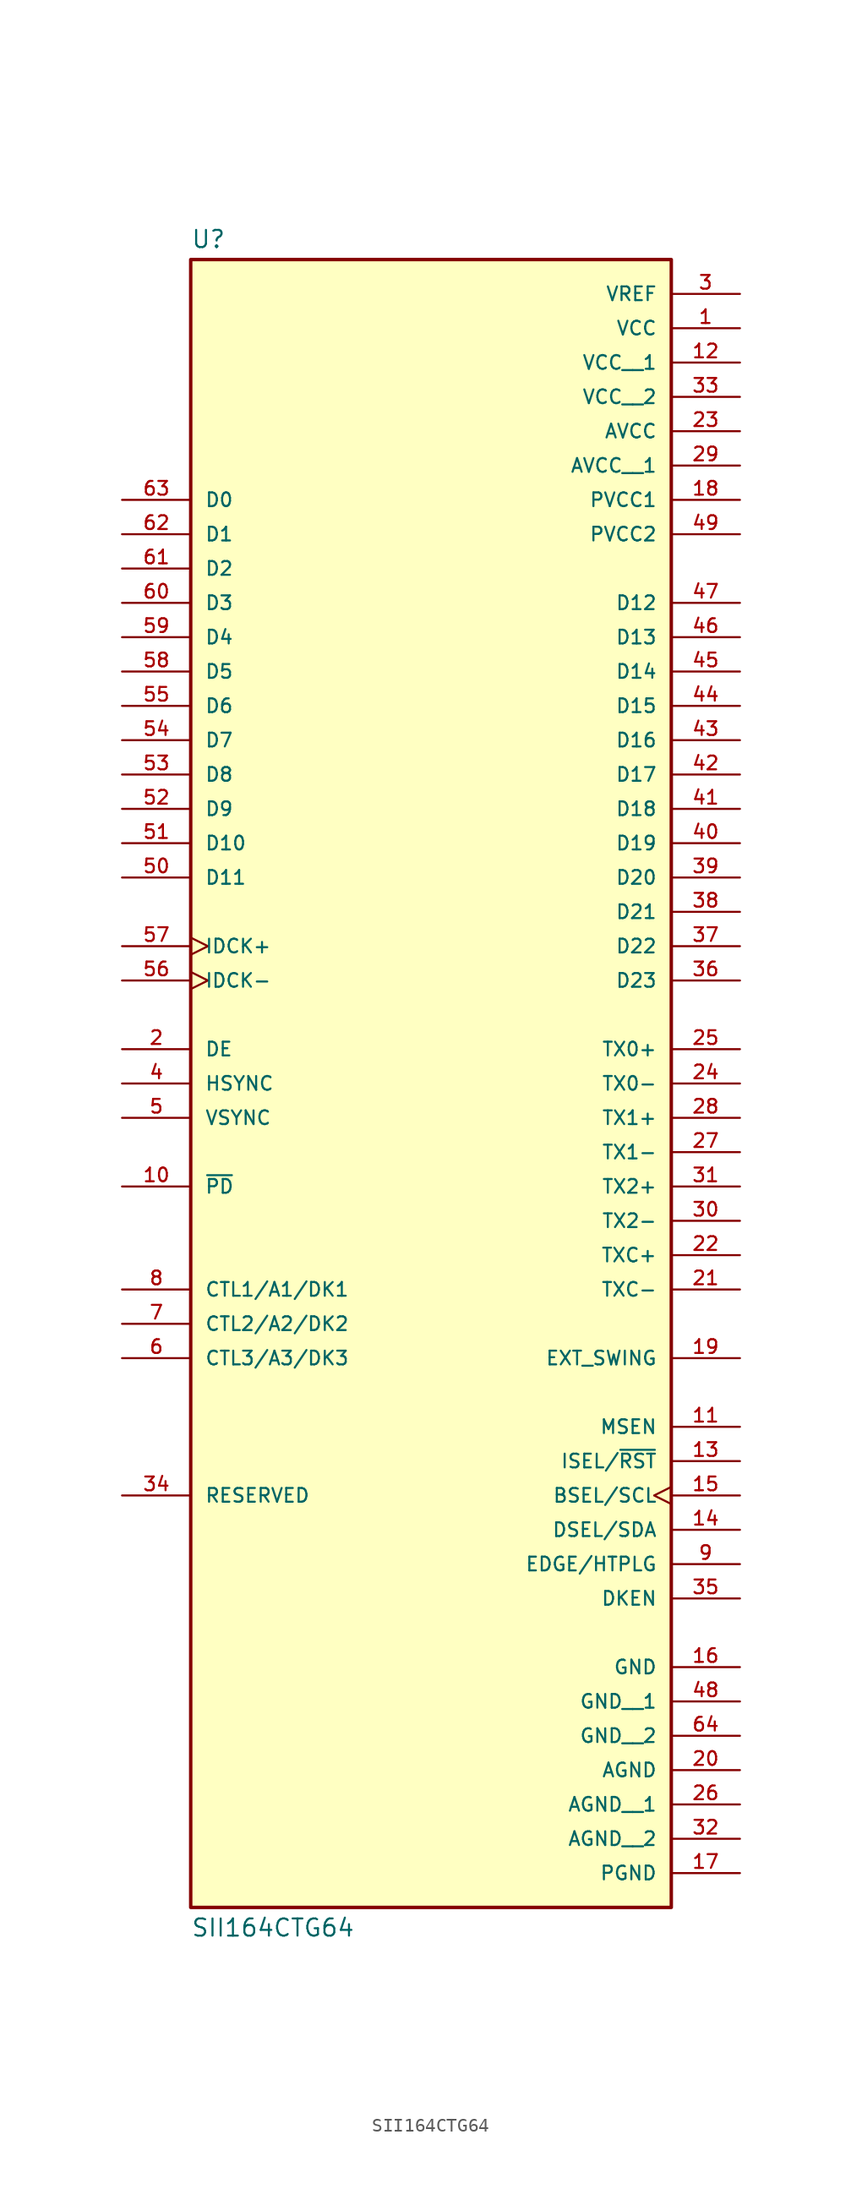
<source format=kicad_sym>
(kicad_symbol_lib
  (version 20211014)
  (generator kicad_symbol_editor)
  (symbol "SII164CTG64"
    (pin_names
      (offset 1.016))
    (property "Reference" "U"
      (at -17.78 51.562 0)
      (effects (font (size 1.27 1.27)) (justify bottom left)))
    (property "Value" "SII164CTG64"
      (at -17.78 -71.882 0)
      (effects (font (size 1.27 1.27)) (justify top left)))
    (symbol "SII164CTG64_0_0"
      (rectangle (start -17.78 -71.12) (end 17.78 50.8) (stroke (width 0.254)) (fill (type background)))
      (pin input line (at -22.86 33.02 0) (length 5.08) (name "D0" (effects (font (size 1.016 1.016)))) (number "63" (effects (font (size 1.016 1.016)))))
      (pin input line (at -22.86 30.48 0) (length 5.08) (name "D1" (effects (font (size 1.016 1.016)))) (number "62" (effects (font (size 1.016 1.016)))))
      (pin input line (at -22.86 27.94 0) (length 5.08) (name "D2" (effects (font (size 1.016 1.016)))) (number "61" (effects (font (size 1.016 1.016)))))
      (pin input line (at -22.86 25.4 0) (length 5.08) (name "D3" (effects (font (size 1.016 1.016)))) (number "60" (effects (font (size 1.016 1.016)))))
      (pin input line (at -22.86 22.86 0) (length 5.08) (name "D4" (effects (font (size 1.016 1.016)))) (number "59" (effects (font (size 1.016 1.016)))))
      (pin input line (at -22.86 20.32 0) (length 5.08) (name "D5" (effects (font (size 1.016 1.016)))) (number "58" (effects (font (size 1.016 1.016)))))
      (pin input line (at -22.86 17.78 0) (length 5.08) (name "D6" (effects (font (size 1.016 1.016)))) (number "55" (effects (font (size 1.016 1.016)))))
      (pin input line (at -22.86 15.24 0) (length 5.08) (name "D7" (effects (font (size 1.016 1.016)))) (number "54" (effects (font (size 1.016 1.016)))))
      (pin input line (at -22.86 12.7 0) (length 5.08) (name "D8" (effects (font (size 1.016 1.016)))) (number "53" (effects (font (size 1.016 1.016)))))
      (pin input line (at -22.86 10.16 0) (length 5.08) (name "D9" (effects (font (size 1.016 1.016)))) (number "52" (effects (font (size 1.016 1.016)))))
      (pin input line (at -22.86 7.62 0) (length 5.08) (name "D10" (effects (font (size 1.016 1.016)))) (number "51" (effects (font (size 1.016 1.016)))))
      (pin input line (at -22.86 5.08 0) (length 5.08) (name "D11" (effects (font (size 1.016 1.016)))) (number "50" (effects (font (size 1.016 1.016)))))
      (pin input line (at 22.86 25.4 180.0) (length 5.08) (name "D12" (effects (font (size 1.016 1.016)))) (number "47" (effects (font (size 1.016 1.016)))))
      (pin input line (at 22.86 22.86 180.0) (length 5.08) (name "D13" (effects (font (size 1.016 1.016)))) (number "46" (effects (font (size 1.016 1.016)))))
      (pin input line (at 22.86 20.32 180.0) (length 5.08) (name "D14" (effects (font (size 1.016 1.016)))) (number "45" (effects (font (size 1.016 1.016)))))
      (pin input line (at 22.86 17.78 180.0) (length 5.08) (name "D15" (effects (font (size 1.016 1.016)))) (number "44" (effects (font (size 1.016 1.016)))))
      (pin input line (at 22.86 15.24 180.0) (length 5.08) (name "D16" (effects (font (size 1.016 1.016)))) (number "43" (effects (font (size 1.016 1.016)))))
      (pin input line (at 22.86 12.7 180.0) (length 5.08) (name "D17" (effects (font (size 1.016 1.016)))) (number "42" (effects (font (size 1.016 1.016)))))
      (pin input line (at 22.86 10.16 180.0) (length 5.08) (name "D18" (effects (font (size 1.016 1.016)))) (number "41" (effects (font (size 1.016 1.016)))))
      (pin input line (at 22.86 7.62 180.0) (length 5.08) (name "D19" (effects (font (size 1.016 1.016)))) (number "40" (effects (font (size 1.016 1.016)))))
      (pin input line (at 22.86 5.08 180.0) (length 5.08) (name "D20" (effects (font (size 1.016 1.016)))) (number "39" (effects (font (size 1.016 1.016)))))
      (pin input line (at 22.86 2.54 180.0) (length 5.08) (name "D21" (effects (font (size 1.016 1.016)))) (number "38" (effects (font (size 1.016 1.016)))))
      (pin input line (at 22.86 0.0 180.0) (length 5.08) (name "D22" (effects (font (size 1.016 1.016)))) (number "37" (effects (font (size 1.016 1.016)))))
      (pin input line (at 22.86 -2.54 180.0) (length 5.08) (name "D23" (effects (font (size 1.016 1.016)))) (number "36" (effects (font (size 1.016 1.016)))))
      (pin input clock (at -22.86 -2.54 0) (length 5.08) (name "IDCK-" (effects (font (size 1.016 1.016)))) (number "56" (effects (font (size 1.016 1.016)))))
      (pin input line (at -22.86 -7.62 0) (length 5.08) (name "DE" (effects (font (size 1.016 1.016)))) (number "2" (effects (font (size 1.016 1.016)))))
      (pin input line (at -22.86 -10.16 0) (length 5.08) (name "HSYNC" (effects (font (size 1.016 1.016)))) (number "4" (effects (font (size 1.016 1.016)))))
      (pin input line (at -22.86 -12.7 0) (length 5.08) (name "VSYNC" (effects (font (size 1.016 1.016)))) (number "5" (effects (font (size 1.016 1.016)))))
      (pin output line (at 22.86 -7.62 180.0) (length 5.08) (name "TX0+" (effects (font (size 1.016 1.016)))) (number "25" (effects (font (size 1.016 1.016)))))
      (pin output line (at 22.86 -12.7 180.0) (length 5.08) (name "TX1+" (effects (font (size 1.016 1.016)))) (number "28" (effects (font (size 1.016 1.016)))))
      (pin output line (at 22.86 -17.78 180.0) (length 5.08) (name "TX2+" (effects (font (size 1.016 1.016)))) (number "31" (effects (font (size 1.016 1.016)))))
      (pin output line (at 22.86 -22.86 180.0) (length 5.08) (name "TXC+" (effects (font (size 1.016 1.016)))) (number "22" (effects (font (size 1.016 1.016)))))
      (pin output line (at 22.86 -10.16 180.0) (length 5.08) (name "TX0-" (effects (font (size 1.016 1.016)))) (number "24" (effects (font (size 1.016 1.016)))))
      (pin output line (at 22.86 -15.24 180.0) (length 5.08) (name "TX1-" (effects (font (size 1.016 1.016)))) (number "27" (effects (font (size 1.016 1.016)))))
      (pin output line (at 22.86 -20.32 180.0) (length 5.08) (name "TX2-" (effects (font (size 1.016 1.016)))) (number "30" (effects (font (size 1.016 1.016)))))
      (pin output line (at 22.86 -25.4 180.0) (length 5.08) (name "TXC-" (effects (font (size 1.016 1.016)))) (number "21" (effects (font (size 1.016 1.016)))))
      (pin bidirectional line (at 22.86 -30.48 180.0) (length 5.08) (name "EXT_SWING" (effects (font (size 1.016 1.016)))) (number "19" (effects (font (size 1.016 1.016)))))
      (pin input line (at 22.86 -38.1 180.0) (length 5.08) (name "ISEL/~{RST}" (effects (font (size 1.016 1.016)))) (number "13" (effects (font (size 1.016 1.016)))))
      (pin power_in line (at 22.86 33.02 180.0) (length 5.08) (name "PVCC1" (effects (font (size 1.016 1.016)))) (number "18" (effects (font (size 1.016 1.016)))))
      (pin power_in line (at 22.86 30.48 180.0) (length 5.08) (name "PVCC2" (effects (font (size 1.016 1.016)))) (number "49" (effects (font (size 1.016 1.016)))))
      (pin power_in line (at 22.86 38.1 180.0) (length 5.08) (name "AVCC" (effects (font (size 1.016 1.016)))) (number "23" (effects (font (size 1.016 1.016)))))
      (pin power_in line (at 22.86 -53.34 180.0) (length 5.08) (name "GND" (effects (font (size 1.016 1.016)))) (number "16" (effects (font (size 1.016 1.016)))))
      (pin passive line (at -22.86 -40.64 0) (length 5.08) (name "RESERVED" (effects (font (size 1.016 1.016)))) (number "34" (effects (font (size 1.016 1.016)))))
      (pin input clock (at -22.86 0.0 0) (length 5.08) (name "IDCK+" (effects (font (size 1.016 1.016)))) (number "57" (effects (font (size 1.016 1.016)))))
      (pin input line (at -22.86 -25.4 0) (length 5.08) (name "CTL1/A1/DK1" (effects (font (size 1.016 1.016)))) (number "8" (effects (font (size 1.016 1.016)))))
      (pin input line (at -22.86 -27.94 0) (length 5.08) (name "CTL2/A2/DK2" (effects (font (size 1.016 1.016)))) (number "7" (effects (font (size 1.016 1.016)))))
      (pin input line (at -22.86 -30.48 0) (length 5.08) (name "CTL3/A3/DK3" (effects (font (size 1.016 1.016)))) (number "6" (effects (font (size 1.016 1.016)))))
      (pin input clock (at 22.86 -40.64 180.0) (length 5.08) (name "BSEL/SCL" (effects (font (size 1.016 1.016)))) (number "15" (effects (font (size 1.016 1.016)))))
      (pin bidirectional line (at 22.86 -43.18 180.0) (length 5.08) (name "DSEL/SDA" (effects (font (size 1.016 1.016)))) (number "14" (effects (font (size 1.016 1.016)))))
      (pin input line (at 22.86 -45.72 180.0) (length 5.08) (name "EDGE/HTPLG" (effects (font (size 1.016 1.016)))) (number "9" (effects (font (size 1.016 1.016)))))
      (pin input line (at 22.86 -48.26 180.0) (length 5.08) (name "DKEN" (effects (font (size 1.016 1.016)))) (number "35" (effects (font (size 1.016 1.016)))))
      (pin power_in line (at 22.86 48.26 180.0) (length 5.08) (name "VREF" (effects (font (size 1.016 1.016)))) (number "3" (effects (font (size 1.016 1.016)))))
      (pin input line (at -22.86 -17.78 0) (length 5.08) (name "~{PD}" (effects (font (size 1.016 1.016)))) (number "10" (effects (font (size 1.016 1.016)))))
      (pin power_in line (at 22.86 -60.96 180.0) (length 5.08) (name "AGND" (effects (font (size 1.016 1.016)))) (number "20" (effects (font (size 1.016 1.016)))))
      (pin power_in line (at 22.86 -68.58 180.0) (length 5.08) (name "PGND" (effects (font (size 1.016 1.016)))) (number "17" (effects (font (size 1.016 1.016)))))
      (pin power_in line (at 22.86 45.72 180.0) (length 5.08) (name "VCC" (effects (font (size 1.016 1.016)))) (number "1" (effects (font (size 1.016 1.016)))))
      (pin output line (at 22.86 -35.56 180.0) (length 5.08) (name "MSEN" (effects (font (size 1.016 1.016)))) (number "11" (effects (font (size 1.016 1.016)))))
      (pin power_in line (at 22.86 43.18 180.0) (length 5.08) (name "VCC__1" (effects (font (size 1.016 1.016)))) (number "12" (effects (font (size 1.016 1.016)))))
      (pin power_in line (at 22.86 40.64 180.0) (length 5.08) (name "VCC__2" (effects (font (size 1.016 1.016)))) (number "33" (effects (font (size 1.016 1.016)))))
      (pin power_in line (at 22.86 35.56 180.0) (length 5.08) (name "AVCC__1" (effects (font (size 1.016 1.016)))) (number "29" (effects (font (size 1.016 1.016)))))
      (pin power_in line (at 22.86 -55.88 180.0) (length 5.08) (name "GND__1" (effects (font (size 1.016 1.016)))) (number "48" (effects (font (size 1.016 1.016)))))
      (pin power_in line (at 22.86 -58.42 180.0) (length 5.08) (name "GND__2" (effects (font (size 1.016 1.016)))) (number "64" (effects (font (size 1.016 1.016)))))
      (pin power_in line (at 22.86 -63.5 180.0) (length 5.08) (name "AGND__1" (effects (font (size 1.016 1.016)))) (number "26" (effects (font (size 1.016 1.016)))))
      (pin power_in line (at 22.86 -66.04 180.0) (length 5.08) (name "AGND__2" (effects (font (size 1.016 1.016)))) (number "32" (effects (font (size 1.016 1.016))))))))
</source>
